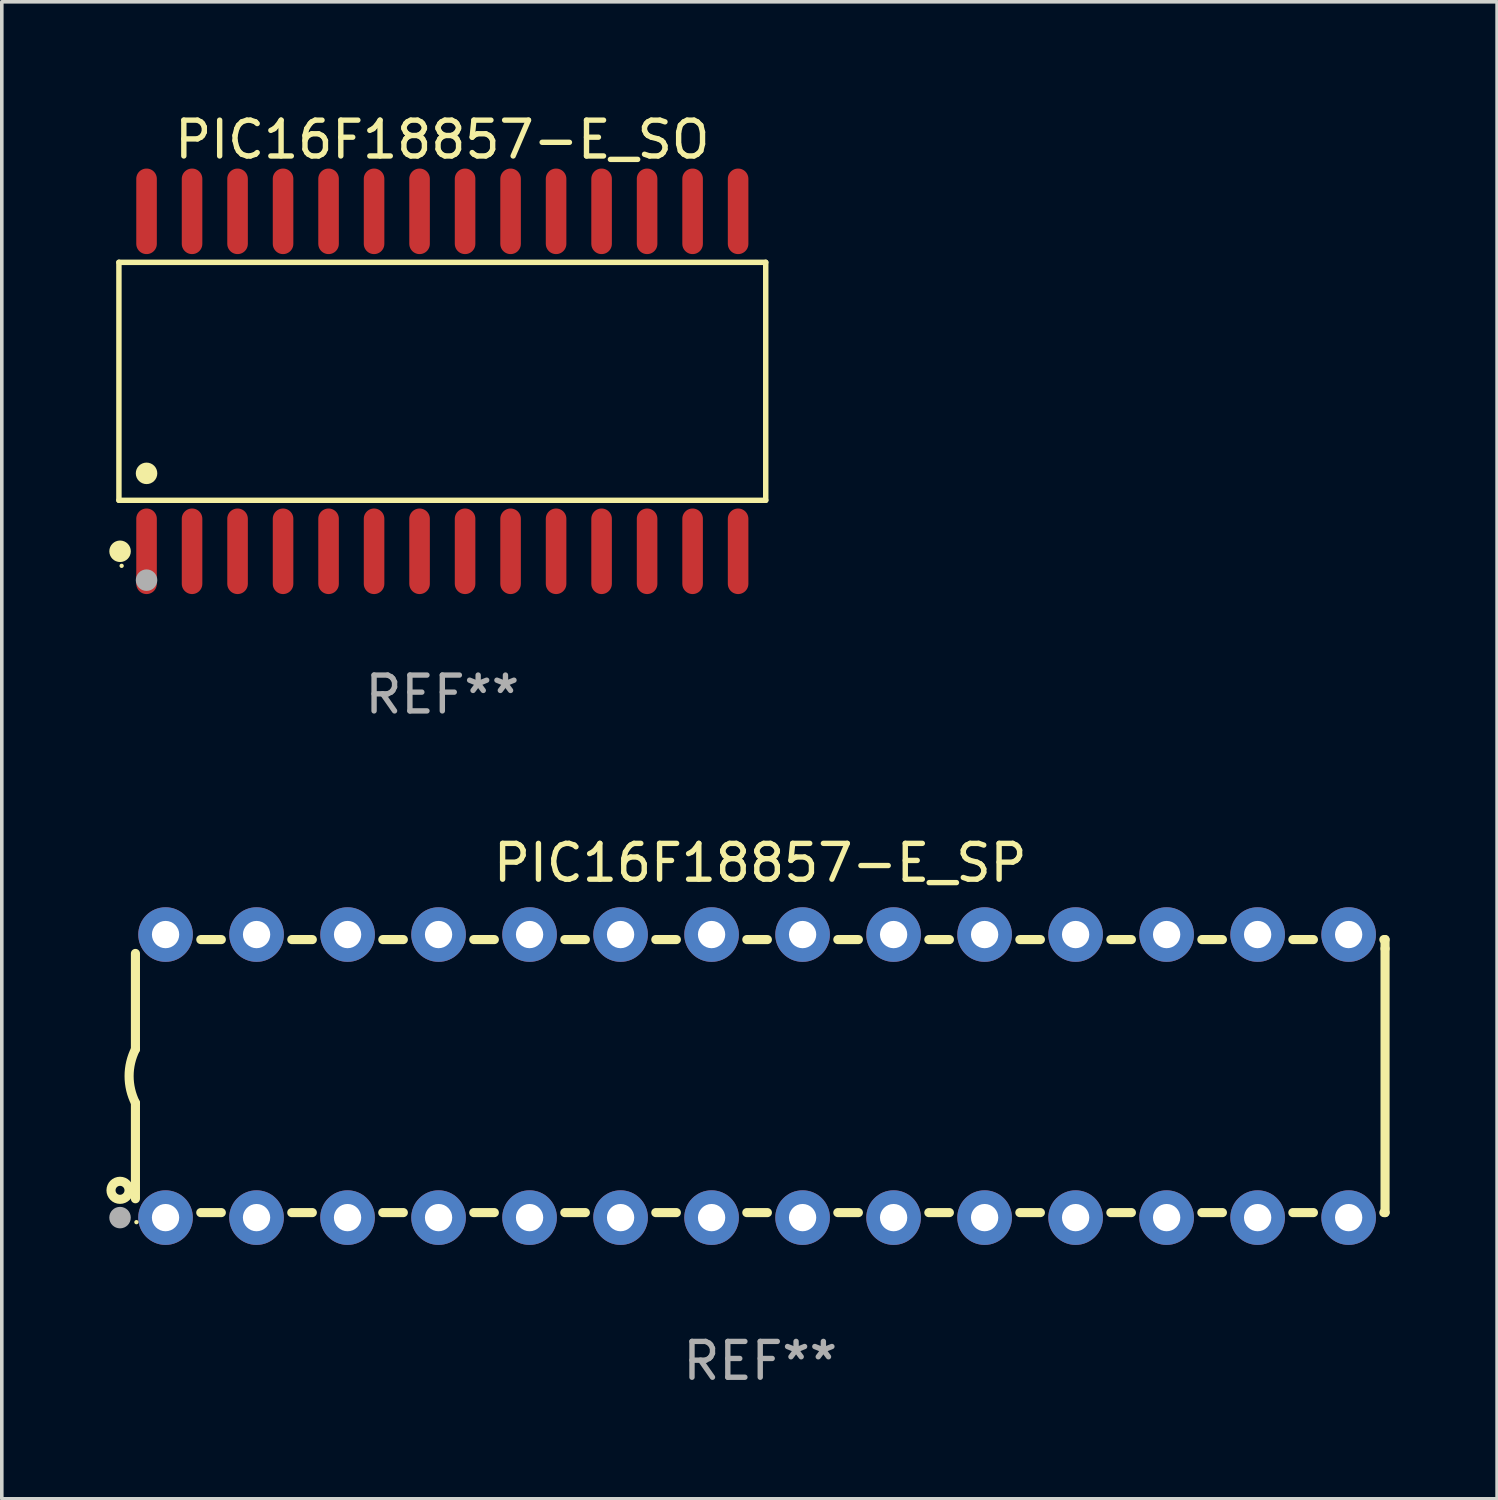
<source format=kicad_pcb>
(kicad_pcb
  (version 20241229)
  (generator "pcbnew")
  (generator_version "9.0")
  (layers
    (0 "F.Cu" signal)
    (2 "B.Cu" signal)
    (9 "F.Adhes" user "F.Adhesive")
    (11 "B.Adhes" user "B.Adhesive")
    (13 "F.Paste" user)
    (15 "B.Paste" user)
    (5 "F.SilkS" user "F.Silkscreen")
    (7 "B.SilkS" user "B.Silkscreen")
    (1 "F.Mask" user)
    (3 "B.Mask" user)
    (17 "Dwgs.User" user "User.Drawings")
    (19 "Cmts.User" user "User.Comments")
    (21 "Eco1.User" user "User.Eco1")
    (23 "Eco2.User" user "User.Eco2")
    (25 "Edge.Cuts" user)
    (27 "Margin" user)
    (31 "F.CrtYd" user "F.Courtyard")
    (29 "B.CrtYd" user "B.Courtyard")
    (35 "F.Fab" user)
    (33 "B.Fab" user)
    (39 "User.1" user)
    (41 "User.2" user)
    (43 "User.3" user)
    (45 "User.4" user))
  (footprint "PIC16F18857-E_SP"
    (layer "F.Cu")
    (at 18.168 26.983)
    (property "Reference" "PIC16F18857-E_SP" (at 0 -5.95 0) (layer "F.SilkS") (effects (font (size 1 1) (thickness 0.15))))
    (attr through_hole)
    (fp_line (start -17.438 0.75) (end -17.438 3.423) (stroke (width 0.254) (type solid)) (layer "F.SilkS"))
    (fp_line (start -17.438 -3.423) (end -17.438 -0.75) (stroke (width 0.254) (type solid)) (layer "F.SilkS"))
    (fp_line (start -15.615 3.81) (end -15.041 3.81) (stroke (width 0.254) (type solid)) (layer "F.SilkS"))
    (fp_line (start -15.041 -3.81) (end -15.614 -3.81) (stroke (width 0.254) (type solid)) (layer "F.SilkS"))
    (fp_line (start -13.075 3.81) (end -12.501 3.81) (stroke (width 0.254) (type solid)) (layer "F.SilkS"))
    (fp_line (start -12.501 -3.81) (end -13.074 -3.81) (stroke (width 0.254) (type solid)) (layer "F.SilkS"))
    (fp_line (start -10.535 3.81) (end -9.961 3.81) (stroke (width 0.254) (type solid)) (layer "F.SilkS"))
    (fp_line (start -9.961 -3.81) (end -10.534 -3.81) (stroke (width 0.254) (type solid)) (layer "F.SilkS"))
    (fp_line (start -7.995 3.81) (end -7.421 3.81) (stroke (width 0.254) (type solid)) (layer "F.SilkS"))
    (fp_line (start -7.421 -3.81) (end -7.995 -3.81) (stroke (width 0.254) (type solid)) (layer "F.SilkS"))
    (fp_line (start -5.455 3.81) (end -4.881 3.81) (stroke (width 0.254) (type solid)) (layer "F.SilkS"))
    (fp_line (start -4.881 -3.81) (end -5.455 -3.81) (stroke (width 0.254) (type solid)) (layer "F.SilkS"))
    (fp_line (start -2.915 3.81) (end -2.341 3.81) (stroke (width 0.254) (type solid)) (layer "F.SilkS"))
    (fp_line (start -2.341 -3.81) (end -2.915 -3.81) (stroke (width 0.254) (type solid)) (layer "F.SilkS"))
    (fp_line (start -0.375 3.81) (end 0.199 3.81) (stroke (width 0.254) (type solid)) (layer "F.SilkS"))
    (fp_line (start 0.199 -3.81) (end -0.375 -3.81) (stroke (width 0.254) (type solid)) (layer "F.SilkS"))
    (fp_line (start 2.165 3.81) (end 2.739 3.81) (stroke (width 0.254) (type solid)) (layer "F.SilkS"))
    (fp_line (start 2.739 -3.81) (end 2.165 -3.81) (stroke (width 0.254) (type solid)) (layer "F.SilkS"))
    (fp_line (start 4.705 3.81) (end 5.279 3.81) (stroke (width 0.254) (type solid)) (layer "F.SilkS"))
    (fp_line (start 5.279 -3.81) (end 4.705 -3.81) (stroke (width 0.254) (type solid)) (layer "F.SilkS"))
    (fp_line (start 7.245 3.81) (end 7.819 3.81) (stroke (width 0.254) (type solid)) (layer "F.SilkS"))
    (fp_line (start 7.819 -3.81) (end 7.245 -3.81) (stroke (width 0.254) (type solid)) (layer "F.SilkS"))
    (fp_line (start 9.785 3.81) (end 10.359 3.81) (stroke (width 0.254) (type solid)) (layer "F.SilkS"))
    (fp_line (start 10.359 -3.81) (end 9.785 -3.81) (stroke (width 0.254) (type solid)) (layer "F.SilkS"))
    (fp_line (start 12.325 3.81) (end 12.899 3.81) (stroke (width 0.254) (type solid)) (layer "F.SilkS"))
    (fp_line (start 12.899 -3.81) (end 12.325 -3.81) (stroke (width 0.254) (type solid)) (layer "F.SilkS"))
    (fp_line (start 14.865 3.81) (end 15.439 3.81) (stroke (width 0.254) (type solid)) (layer "F.SilkS"))
    (fp_line (start 15.439 -3.81) (end 14.865 -3.81) (stroke (width 0.254) (type solid)) (layer "F.SilkS"))
    (fp_line (start 17.405 3.81) (end 17.438 3.81) (stroke (width 0.254) (type solid)) (layer "F.SilkS"))
    (fp_line (start 17.438 -3.81) (end 17.405 -3.81) (stroke (width 0.254) (type solid)) (layer "F.SilkS"))
    (fp_line (start 17.438 -3.556) (end 17.438 -3.81) (stroke (width 0.254) (type solid)) (layer "F.SilkS"))
    (fp_line (start 17.438 3.81) (end 17.438 -3.556) (stroke (width 0.254) (type solid)) (layer "F.SilkS"))
    (fp_arc (start -17.437986 0.749657) (mid -17.614887 -0.000024) (end -17.437783 -0.749657) (stroke (width 0.254001) (type solid)) (layer "F.SilkS"))
    (fp_circle (center -17.868 3.188) (end -17.743 3.188) (stroke (width 0.254) (type solid)) (fill no) (layer "F.SilkS"))
    (fp_circle (center -17.411 4.077) (end -17.381 4.077) (stroke (width 0.06) (type solid)) (fill no) (layer "F.SilkS"))
    (fp_circle (center -17.868 3.95) (end -17.718 3.95) (stroke (width 0.3) (type solid)) (fill no) (layer "F.Fab"))
    (fp_text user "REF**" (at 0 7.95 0) (layer "F.Fab") (effects (font (size 1 1) (thickness 0.15))))
    (pad "1" thru_hole circle (at -16.598 3.95) (size 1.524 1.524) (drill 0.762) (layers "*.Cu" "*.Mask"))
    (pad "2" thru_hole circle (at -14.058 3.95) (size 1.524 1.524) (drill 0.762) (layers "*.Cu" "*.Mask"))
    (pad "3" thru_hole circle (at -11.518 3.95) (size 1.524 1.524) (drill 0.762) (layers "*.Cu" "*.Mask"))
    (pad "4" thru_hole circle (at -8.978 3.95) (size 1.524 1.524) (drill 0.762) (layers "*.Cu" "*.Mask"))
    (pad "5" thru_hole circle (at -6.438 3.95) (size 1.524 1.524) (drill 0.762) (layers "*.Cu" "*.Mask"))
    (pad "6" thru_hole circle (at -3.898 3.95) (size 1.524 1.524) (drill 0.762) (layers "*.Cu" "*.Mask"))
    (pad "7" thru_hole circle (at -1.358 3.95) (size 1.524 1.524) (drill 0.762) (layers "*.Cu" "*.Mask"))
    (pad "8" thru_hole circle (at 1.182 3.95) (size 1.524 1.524) (drill 0.762) (layers "*.Cu" "*.Mask"))
    (pad "9" thru_hole circle (at 3.722 3.95) (size 1.524 1.524) (drill 0.762) (layers "*.Cu" "*.Mask"))
    (pad "10" thru_hole circle (at 6.262 3.95) (size 1.524 1.524) (drill 0.762) (layers "*.Cu" "*.Mask"))
    (pad "11" thru_hole circle (at 8.802 3.95) (size 1.524 1.524) (drill 0.762) (layers "*.Cu" "*.Mask"))
    (pad "12" thru_hole circle (at 11.342 3.95) (size 1.524 1.524) (drill 0.762) (layers "*.Cu" "*.Mask"))
    (pad "13" thru_hole circle (at 13.882 3.95) (size 1.524 1.524) (drill 0.762) (layers "*.Cu" "*.Mask"))
    (pad "14" thru_hole circle (at 16.422 3.95) (size 1.524 1.524) (drill 0.762) (layers "*.Cu" "*.Mask"))
    (pad "15" thru_hole circle (at 16.422 -3.95) (size 1.524 1.524) (drill 0.762) (layers "*.Cu" "*.Mask"))
    (pad "16" thru_hole circle (at 13.882 -3.95) (size 1.524 1.524) (drill 0.762) (layers "*.Cu" "*.Mask"))
    (pad "17" thru_hole circle (at 11.342 -3.95) (size 1.524 1.524) (drill 0.762) (layers "*.Cu" "*.Mask"))
    (pad "18" thru_hole circle (at 8.802 -3.95) (size 1.524 1.524) (drill 0.762) (layers "*.Cu" "*.Mask"))
    (pad "19" thru_hole circle (at 6.262 -3.95) (size 1.524 1.524) (drill 0.762) (layers "*.Cu" "*.Mask"))
    (pad "20" thru_hole circle (at 3.722 -3.95) (size 1.524 1.524) (drill 0.762) (layers "*.Cu" "*.Mask"))
    (pad "21" thru_hole circle (at 1.182 -3.95) (size 1.524 1.524) (drill 0.762) (layers "*.Cu" "*.Mask"))
    (pad "22" thru_hole circle (at -1.358 -3.95) (size 1.524 1.524) (drill 0.762) (layers "*.Cu" "*.Mask"))
    (pad "23" thru_hole circle (at -3.898 -3.95) (size 1.524 1.524) (drill 0.762) (layers "*.Cu" "*.Mask"))
    (pad "24" thru_hole circle (at -6.438 -3.95) (size 1.524 1.524) (drill 0.762) (layers "*.Cu" "*.Mask"))
    (pad "25" thru_hole circle (at -8.978 -3.95) (size 1.524 1.524) (drill 0.762) (layers "*.Cu" "*.Mask"))
    (pad "26" thru_hole circle (at -11.517 -3.95) (size 1.524 1.524) (drill 0.762) (layers "*.Cu" "*.Mask"))
    (pad "27" thru_hole circle (at -14.057 -3.95) (size 1.524 1.524) (drill 0.762) (layers "*.Cu" "*.Mask"))
    (pad "28" thru_hole circle (at -16.597 -3.95) (size 1.524 1.524) (drill 0.762) (layers "*.Cu" "*.Mask")))
  (footprint "PIC16F18857-E_SO"
    (layer "F.Cu")
    (at 9.295 7.592)
    (property "Reference" "PIC16F18857-E_SO" (at 0 -6.744 0) (layer "F.SilkS") (effects (font (size 1 1) (thickness 0.15))))
    (attr through_hole)
    (fp_line (start -9.026 -3.321) (end 9.026 -3.321) (stroke (width 0.152) (type solid)) (layer "F.SilkS"))
    (fp_line (start -9.026 3.321) (end -9.026 -3.321) (stroke (width 0.152) (type solid)) (layer "F.SilkS"))
    (fp_line (start 9.026 -3.321) (end 9.026 3.321) (stroke (width 0.152) (type solid)) (layer "F.SilkS"))
    (fp_line (start 9.026 3.321) (end -9.026 3.321) (stroke (width 0.152) (type solid)) (layer "F.SilkS"))
    (fp_circle (center -8.994 4.744) (end -8.844 4.744) (stroke (width 0.3) (type solid)) (fill no) (layer "F.SilkS"))
    (fp_circle (center -8.95 5.15) (end -8.92 5.15) (stroke (width 0.06) (type solid)) (fill no) (layer "F.SilkS"))
    (fp_circle (center -8.255 2.569) (end -8.105 2.569) (stroke (width 0.3) (type solid)) (fill no) (layer "F.SilkS"))
    (fp_circle (center -8.255 5.55) (end -8.105 5.55) (stroke (width 0.3) (type solid)) (fill no) (layer "F.Fab"))
    (fp_text user "REF**" (at 0 8.744 0) (layer "F.Fab") (effects (font (size 1 1) (thickness 0.15))))
    (pad "1" smd oval (at -8.255 4.744) (size 0.574 2.388) (layers "F.Cu" "F.Mask" "F.Paste"))
    (pad "2" smd oval (at -6.985 4.744) (size 0.574 2.388) (layers "F.Cu" "F.Mask" "F.Paste"))
    (pad "3" smd oval (at -5.715 4.744) (size 0.574 2.388) (layers "F.Cu" "F.Mask" "F.Paste"))
    (pad "4" smd oval (at -4.445 4.744) (size 0.574 2.388) (layers "F.Cu" "F.Mask" "F.Paste"))
    (pad "5" smd oval (at -3.175 4.744) (size 0.574 2.388) (layers "F.Cu" "F.Mask" "F.Paste"))
    (pad "6" smd oval (at -1.905 4.744) (size 0.574 2.388) (layers "F.Cu" "F.Mask" "F.Paste"))
    (pad "7" smd oval (at -0.635 4.744) (size 0.574 2.388) (layers "F.Cu" "F.Mask" "F.Paste"))
    (pad "8" smd oval (at 0.635 4.744) (size 0.574 2.388) (layers "F.Cu" "F.Mask" "F.Paste"))
    (pad "9" smd oval (at 1.905 4.744) (size 0.574 2.388) (layers "F.Cu" "F.Mask" "F.Paste"))
    (pad "10" smd oval (at 3.175 4.744) (size 0.574 2.388) (layers "F.Cu" "F.Mask" "F.Paste"))
    (pad "11" smd oval (at 4.445 4.744) (size 0.574 2.388) (layers "F.Cu" "F.Mask" "F.Paste"))
    (pad "12" smd oval (at 5.715 4.744) (size 0.574 2.388) (layers "F.Cu" "F.Mask" "F.Paste"))
    (pad "13" smd oval (at 6.985 4.744) (size 0.574 2.388) (layers "F.Cu" "F.Mask" "F.Paste"))
    (pad "14" smd oval (at 8.255 4.744) (size 0.574 2.388) (layers "F.Cu" "F.Mask" "F.Paste"))
    (pad "15" smd oval (at 8.255 -4.744) (size 0.574 2.388) (layers "F.Cu" "F.Mask" "F.Paste"))
    (pad "16" smd oval (at 6.985 -4.744) (size 0.574 2.388) (layers "F.Cu" "F.Mask" "F.Paste"))
    (pad "17" smd oval (at 5.715 -4.744) (size 0.574 2.388) (layers "F.Cu" "F.Mask" "F.Paste"))
    (pad "18" smd oval (at 4.445 -4.744) (size 0.574 2.388) (layers "F.Cu" "F.Mask" "F.Paste"))
    (pad "19" smd oval (at 3.175 -4.744) (size 0.574 2.388) (layers "F.Cu" "F.Mask" "F.Paste"))
    (pad "20" smd oval (at 1.905 -4.744) (size 0.574 2.388) (layers "F.Cu" "F.Mask" "F.Paste"))
    (pad "21" smd oval (at 0.635 -4.744) (size 0.574 2.388) (layers "F.Cu" "F.Mask" "F.Paste"))
    (pad "22" smd oval (at -0.635 -4.744) (size 0.574 2.388) (layers "F.Cu" "F.Mask" "F.Paste"))
    (pad "23" smd oval (at -1.905 -4.744) (size 0.574 2.388) (layers "F.Cu" "F.Mask" "F.Paste"))
    (pad "24" smd oval (at -3.175 -4.744) (size 0.574 2.388) (layers "F.Cu" "F.Mask" "F.Paste"))
    (pad "25" smd oval (at -4.445 -4.744) (size 0.574 2.388) (layers "F.Cu" "F.Mask" "F.Paste"))
    (pad "26" smd oval (at -5.715 -4.744) (size 0.574 2.388) (layers "F.Cu" "F.Mask" "F.Paste"))
    (pad "27" smd oval (at -6.985 -4.744) (size 0.574 2.388) (layers "F.Cu" "F.Mask" "F.Paste"))
    (pad "28" smd oval (at -8.255 -4.744) (size 0.574 2.388) (layers "F.Cu" "F.Mask" "F.Paste")))
  (gr_rect
    (start -3 -3)
    (end 38.733 38.781)
    (stroke (width 0.1) (type default))
    (fill no)
    (layer "Edge.Cuts")))
</source>
